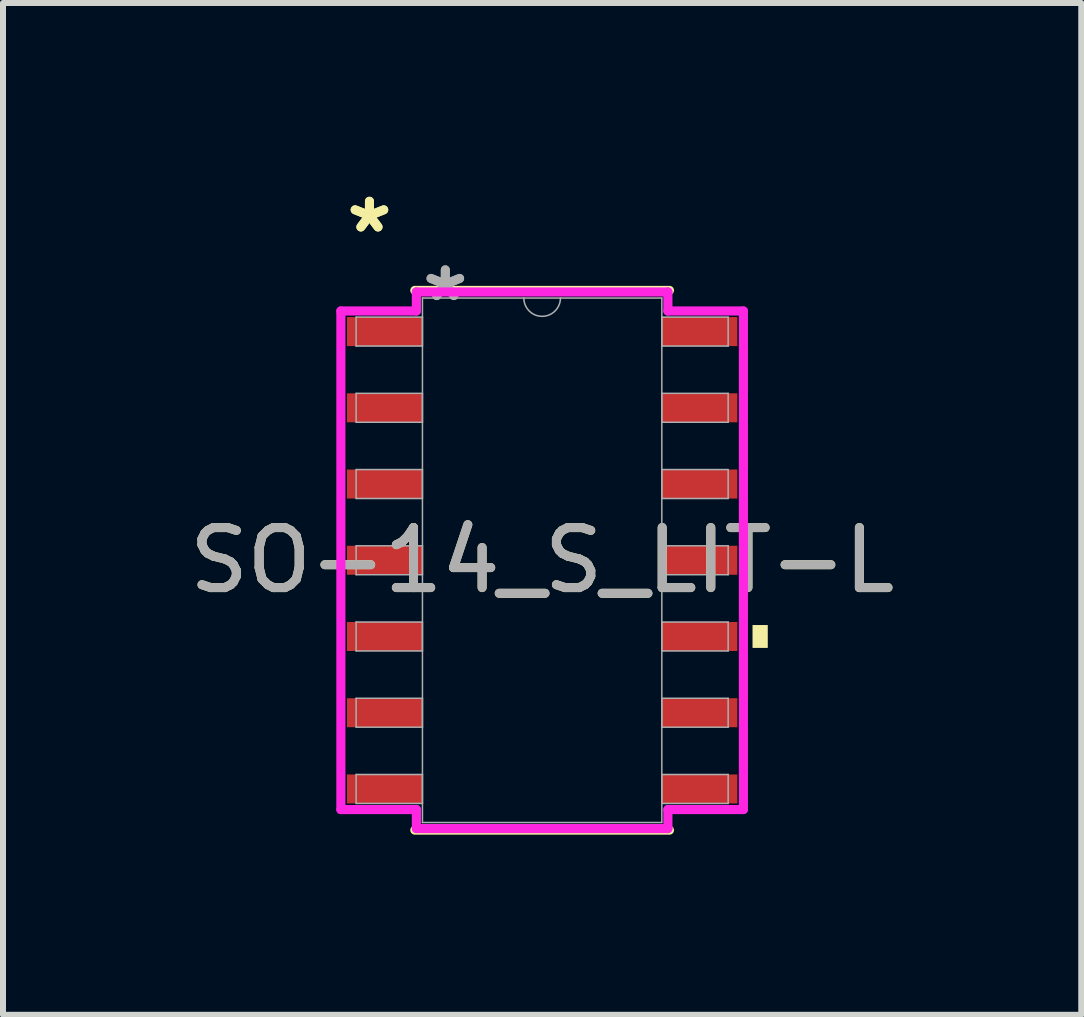
<source format=kicad_pcb>
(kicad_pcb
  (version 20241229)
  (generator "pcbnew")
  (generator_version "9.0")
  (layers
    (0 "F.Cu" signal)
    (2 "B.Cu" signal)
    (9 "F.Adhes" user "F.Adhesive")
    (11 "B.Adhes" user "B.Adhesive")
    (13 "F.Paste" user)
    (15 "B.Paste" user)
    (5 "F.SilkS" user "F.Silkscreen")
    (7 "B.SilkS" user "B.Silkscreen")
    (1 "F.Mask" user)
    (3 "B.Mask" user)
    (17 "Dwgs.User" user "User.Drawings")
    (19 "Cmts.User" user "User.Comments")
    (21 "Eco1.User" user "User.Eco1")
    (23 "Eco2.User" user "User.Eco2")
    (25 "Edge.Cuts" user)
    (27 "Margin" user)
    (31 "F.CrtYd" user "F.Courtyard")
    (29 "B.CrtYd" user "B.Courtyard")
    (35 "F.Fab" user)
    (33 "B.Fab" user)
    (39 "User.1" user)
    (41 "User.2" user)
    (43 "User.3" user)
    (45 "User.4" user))
  (footprint "SO-14_S_LIT-L"
    (layer "F.Cu")
    (at 5.982 6.284)
    (property "Reference" "SO-14_S_LIT-L" (at 0 0 0) (unlocked yes) (layer "F.SilkS") (effects (font (size 1 1) (thickness 0.15))))
    (attr smd)
    (fp_line (start -2.121 4.496) (end 2.121 4.496) (stroke (width 0.152) (type solid)) (layer "F.SilkS"))
    (fp_line (start 2.121 -4.496) (end -2.121 -4.496) (stroke (width 0.152) (type solid)) (layer "F.SilkS"))
    (fp_poly (pts (xy 3.759 1.079) (xy 3.759 1.46) (xy 3.505 1.46) (xy 3.505 1.079)) (stroke (width 0) (type solid)) (fill yes) (layer "F.SilkS"))
    (fp_line (start -3.353 -4.153) (end -2.095 -4.153) (stroke (width 0.152) (type solid)) (layer "F.CrtYd"))
    (fp_line (start -3.353 4.153) (end -3.353 -4.153) (stroke (width 0.152) (type solid)) (layer "F.CrtYd"))
    (fp_line (start -3.353 4.153) (end -2.095 4.153) (stroke (width 0.152) (type solid)) (layer "F.CrtYd"))
    (fp_line (start -2.095 -4.47) (end 2.095 -4.47) (stroke (width 0.152) (type solid)) (layer "F.CrtYd"))
    (fp_line (start -2.095 -4.153) (end -2.095 -4.47) (stroke (width 0.152) (type solid)) (layer "F.CrtYd"))
    (fp_line (start -2.095 4.47) (end -2.095 4.153) (stroke (width 0.152) (type solid)) (layer "F.CrtYd"))
    (fp_line (start 2.095 -4.47) (end 2.095 -4.153) (stroke (width 0.152) (type solid)) (layer "F.CrtYd"))
    (fp_line (start 2.095 4.153) (end 2.095 4.47) (stroke (width 0.152) (type solid)) (layer "F.CrtYd"))
    (fp_line (start 2.095 4.47) (end -2.095 4.47) (stroke (width 0.152) (type solid)) (layer "F.CrtYd"))
    (fp_line (start 3.353 -4.153) (end 2.095 -4.153) (stroke (width 0.152) (type solid)) (layer "F.CrtYd"))
    (fp_line (start 3.353 -4.153) (end 3.353 4.153) (stroke (width 0.152) (type solid)) (layer "F.CrtYd"))
    (fp_line (start 3.353 4.153) (end 2.095 4.153) (stroke (width 0.152) (type solid)) (layer "F.CrtYd"))
    (fp_line (start -3.099 -4.051) (end -3.099 -3.569) (stroke (width 0.025) (type solid)) (layer "F.Fab"))
    (fp_line (start -3.099 -3.569) (end -1.994 -3.569) (stroke (width 0.025) (type solid)) (layer "F.Fab"))
    (fp_line (start -3.099 -2.781) (end -3.099 -2.299) (stroke (width 0.025) (type solid)) (layer "F.Fab"))
    (fp_line (start -3.099 -2.299) (end -1.994 -2.299) (stroke (width 0.025) (type solid)) (layer "F.Fab"))
    (fp_line (start -3.099 -1.511) (end -3.099 -1.029) (stroke (width 0.025) (type solid)) (layer "F.Fab"))
    (fp_line (start -3.099 -1.029) (end -1.994 -1.029) (stroke (width 0.025) (type solid)) (layer "F.Fab"))
    (fp_line (start -3.099 -0.241) (end -3.099 0.241) (stroke (width 0.025) (type solid)) (layer "F.Fab"))
    (fp_line (start -3.099 0.241) (end -1.994 0.241) (stroke (width 0.025) (type solid)) (layer "F.Fab"))
    (fp_line (start -3.099 1.029) (end -3.099 1.511) (stroke (width 0.025) (type solid)) (layer "F.Fab"))
    (fp_line (start -3.099 1.511) (end -1.994 1.511) (stroke (width 0.025) (type solid)) (layer "F.Fab"))
    (fp_line (start -3.099 2.299) (end -3.099 2.781) (stroke (width 0.025) (type solid)) (layer "F.Fab"))
    (fp_line (start -3.099 2.781) (end -1.994 2.781) (stroke (width 0.025) (type solid)) (layer "F.Fab"))
    (fp_line (start -3.099 3.569) (end -3.099 4.051) (stroke (width 0.025) (type solid)) (layer "F.Fab"))
    (fp_line (start -3.099 4.051) (end -1.994 4.051) (stroke (width 0.025) (type solid)) (layer "F.Fab"))
    (fp_line (start -1.994 -4.369) (end -1.994 4.369) (stroke (width 0.025) (type solid)) (layer "F.Fab"))
    (fp_line (start -1.994 -4.051) (end -3.099 -4.051) (stroke (width 0.025) (type solid)) (layer "F.Fab"))
    (fp_line (start -1.994 -3.569) (end -1.994 -4.051) (stroke (width 0.025) (type solid)) (layer "F.Fab"))
    (fp_line (start -1.994 -2.781) (end -3.099 -2.781) (stroke (width 0.025) (type solid)) (layer "F.Fab"))
    (fp_line (start -1.994 -2.299) (end -1.994 -2.781) (stroke (width 0.025) (type solid)) (layer "F.Fab"))
    (fp_line (start -1.994 -1.511) (end -3.099 -1.511) (stroke (width 0.025) (type solid)) (layer "F.Fab"))
    (fp_line (start -1.994 -1.029) (end -1.994 -1.511) (stroke (width 0.025) (type solid)) (layer "F.Fab"))
    (fp_line (start -1.994 -0.241) (end -3.099 -0.241) (stroke (width 0.025) (type solid)) (layer "F.Fab"))
    (fp_line (start -1.994 0.241) (end -1.994 -0.241) (stroke (width 0.025) (type solid)) (layer "F.Fab"))
    (fp_line (start -1.994 1.029) (end -3.099 1.029) (stroke (width 0.025) (type solid)) (layer "F.Fab"))
    (fp_line (start -1.994 1.511) (end -1.994 1.029) (stroke (width 0.025) (type solid)) (layer "F.Fab"))
    (fp_line (start -1.994 2.299) (end -3.099 2.299) (stroke (width 0.025) (type solid)) (layer "F.Fab"))
    (fp_line (start -1.994 2.781) (end -1.994 2.299) (stroke (width 0.025) (type solid)) (layer "F.Fab"))
    (fp_line (start -1.994 3.569) (end -3.099 3.569) (stroke (width 0.025) (type solid)) (layer "F.Fab"))
    (fp_line (start -1.994 4.051) (end -1.994 3.569) (stroke (width 0.025) (type solid)) (layer "F.Fab"))
    (fp_line (start -1.994 4.369) (end 1.994 4.369) (stroke (width 0.025) (type solid)) (layer "F.Fab"))
    (fp_line (start 1.994 -4.369) (end -1.994 -4.369) (stroke (width 0.025) (type solid)) (layer "F.Fab"))
    (fp_line (start 1.994 -4.051) (end 1.994 -3.569) (stroke (width 0.025) (type solid)) (layer "F.Fab"))
    (fp_line (start 1.994 -3.569) (end 3.099 -3.569) (stroke (width 0.025) (type solid)) (layer "F.Fab"))
    (fp_line (start 1.994 -2.781) (end 1.994 -2.299) (stroke (width 0.025) (type solid)) (layer "F.Fab"))
    (fp_line (start 1.994 -2.299) (end 3.099 -2.299) (stroke (width 0.025) (type solid)) (layer "F.Fab"))
    (fp_line (start 1.994 -1.511) (end 1.994 -1.029) (stroke (width 0.025) (type solid)) (layer "F.Fab"))
    (fp_line (start 1.994 -1.029) (end 3.099 -1.029) (stroke (width 0.025) (type solid)) (layer "F.Fab"))
    (fp_line (start 1.994 -0.241) (end 1.994 0.241) (stroke (width 0.025) (type solid)) (layer "F.Fab"))
    (fp_line (start 1.994 0.241) (end 3.099 0.241) (stroke (width 0.025) (type solid)) (layer "F.Fab"))
    (fp_line (start 1.994 1.029) (end 1.994 1.511) (stroke (width 0.025) (type solid)) (layer "F.Fab"))
    (fp_line (start 1.994 1.511) (end 3.099 1.511) (stroke (width 0.025) (type solid)) (layer "F.Fab"))
    (fp_line (start 1.994 2.299) (end 1.994 2.781) (stroke (width 0.025) (type solid)) (layer "F.Fab"))
    (fp_line (start 1.994 2.781) (end 3.099 2.781) (stroke (width 0.025) (type solid)) (layer "F.Fab"))
    (fp_line (start 1.994 3.569) (end 1.994 4.051) (stroke (width 0.025) (type solid)) (layer "F.Fab"))
    (fp_line (start 1.994 4.051) (end 3.099 4.051) (stroke (width 0.025) (type solid)) (layer "F.Fab"))
    (fp_line (start 1.994 4.369) (end 1.994 -4.369) (stroke (width 0.025) (type solid)) (layer "F.Fab"))
    (fp_line (start 3.099 -4.051) (end 1.994 -4.051) (stroke (width 0.025) (type solid)) (layer "F.Fab"))
    (fp_line (start 3.099 -3.569) (end 3.099 -4.051) (stroke (width 0.025) (type solid)) (layer "F.Fab"))
    (fp_line (start 3.099 -2.781) (end 1.994 -2.781) (stroke (width 0.025) (type solid)) (layer "F.Fab"))
    (fp_line (start 3.099 -2.299) (end 3.099 -2.781) (stroke (width 0.025) (type solid)) (layer "F.Fab"))
    (fp_line (start 3.099 -1.511) (end 1.994 -1.511) (stroke (width 0.025) (type solid)) (layer "F.Fab"))
    (fp_line (start 3.099 -1.029) (end 3.099 -1.511) (stroke (width 0.025) (type solid)) (layer "F.Fab"))
    (fp_line (start 3.099 -0.241) (end 1.994 -0.241) (stroke (width 0.025) (type solid)) (layer "F.Fab"))
    (fp_line (start 3.099 0.241) (end 3.099 -0.241) (stroke (width 0.025) (type solid)) (layer "F.Fab"))
    (fp_line (start 3.099 1.029) (end 1.994 1.029) (stroke (width 0.025) (type solid)) (layer "F.Fab"))
    (fp_line (start 3.099 1.511) (end 3.099 1.029) (stroke (width 0.025) (type solid)) (layer "F.Fab"))
    (fp_line (start 3.099 2.299) (end 1.994 2.299) (stroke (width 0.025) (type solid)) (layer "F.Fab"))
    (fp_line (start 3.099 2.781) (end 3.099 2.299) (stroke (width 0.025) (type solid)) (layer "F.Fab"))
    (fp_line (start 3.099 3.569) (end 1.994 3.569) (stroke (width 0.025) (type solid)) (layer "F.Fab"))
    (fp_line (start 3.099 4.051) (end 3.099 3.569) (stroke (width 0.025) (type solid)) (layer "F.Fab"))
    (fp_arc (start 0.3048 -4.3688) (mid 0 -4.064) (end -0.3048 -4.3688) (stroke (width 0.0254) (type solid)) (layer "F.Fab"))
    (fp_text user "*" (at -2.877 -5.436 0) (unlocked yes) (layer "F.SilkS") (effects (font (size 1 1) (thickness 0.15))))
    (fp_text user "*" (at -2.877 -5.436 0) (layer "F.SilkS") (effects (font (size 1 1) (thickness 0.15))))
    (fp_text user "*" (at -1.613 -4.293 0) (layer "F.Fab") (effects (font (size 1 1) (thickness 0.15))))
    (fp_text user "*" (at -1.613 -4.293 0) (unlocked yes) (layer "F.Fab") (effects (font (size 1 1) (thickness 0.15))))
    (fp_text user "${REFERENCE}" (at 0 0 0) (unlocked yes) (layer "F.Fab") (effects (font (size 1 1) (thickness 0.15))))
    (pad "1" smd rect (at -2.623 -3.81) (size 1.257 0.483) (layers "F.Cu" "F.Mask" "F.Paste"))
    (pad "2" smd rect (at -2.623 -2.54) (size 1.257 0.483) (layers "F.Cu" "F.Mask" "F.Paste"))
    (pad "3" smd rect (at -2.623 -1.27) (size 1.257 0.483) (layers "F.Cu" "F.Mask" "F.Paste"))
    (pad "4" smd rect (at -2.623 0) (size 1.257 0.483) (layers "F.Cu" "F.Mask" "F.Paste"))
    (pad "5" smd rect (at -2.623 1.27) (size 1.257 0.483) (layers "F.Cu" "F.Mask" "F.Paste"))
    (pad "6" smd rect (at -2.623 2.54) (size 1.257 0.483) (layers "F.Cu" "F.Mask" "F.Paste"))
    (pad "7" smd rect (at -2.623 3.81) (size 1.257 0.483) (layers "F.Cu" "F.Mask" "F.Paste"))
    (pad "8" smd rect (at 2.623 3.81) (size 1.257 0.483) (layers "F.Cu" "F.Mask" "F.Paste"))
    (pad "9" smd rect (at 2.623 2.54) (size 1.257 0.483) (layers "F.Cu" "F.Mask" "F.Paste"))
    (pad "10" smd rect (at 2.623 1.27) (size 1.257 0.483) (layers "F.Cu" "F.Mask" "F.Paste"))
    (pad "11" smd rect (at 2.623 0) (size 1.257 0.483) (layers "F.Cu" "F.Mask" "F.Paste"))
    (pad "12" smd rect (at 2.623 -1.27) (size 1.257 0.483) (layers "F.Cu" "F.Mask" "F.Paste"))
    (pad "13" smd rect (at 2.623 -2.54) (size 1.257 0.483) (layers "F.Cu" "F.Mask" "F.Paste"))
    (pad "14" smd rect (at 2.623 -3.81) (size 1.257 0.483) (layers "F.Cu" "F.Mask" "F.Paste")))
  (gr_rect
    (start -3 -3)
    (end 14.964 13.856)
    (stroke (width 0.1) (type default))
    (fill no)
    (layer "Edge.Cuts")))
</source>
